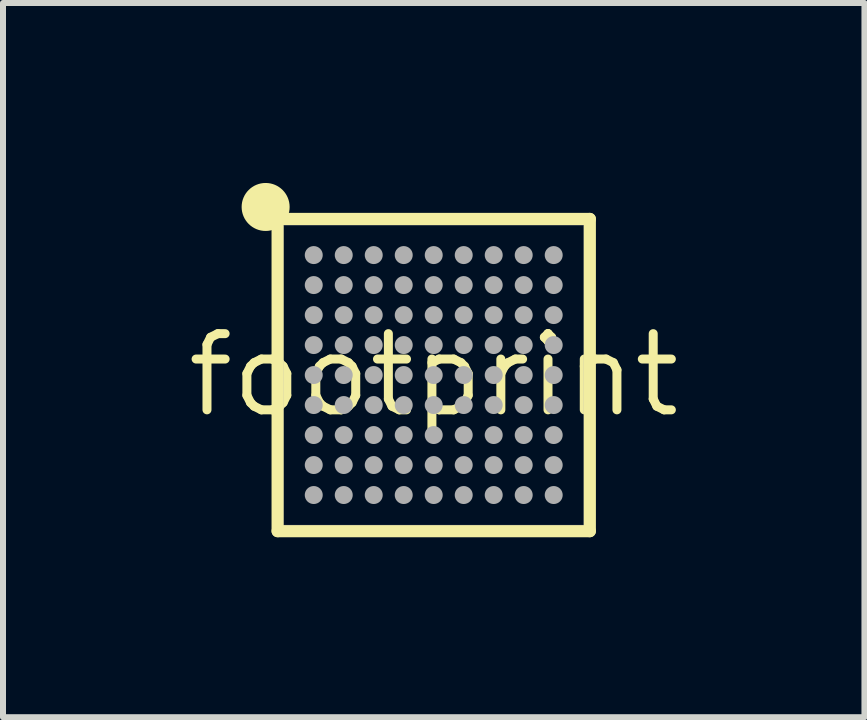
<source format=kicad_pcb>
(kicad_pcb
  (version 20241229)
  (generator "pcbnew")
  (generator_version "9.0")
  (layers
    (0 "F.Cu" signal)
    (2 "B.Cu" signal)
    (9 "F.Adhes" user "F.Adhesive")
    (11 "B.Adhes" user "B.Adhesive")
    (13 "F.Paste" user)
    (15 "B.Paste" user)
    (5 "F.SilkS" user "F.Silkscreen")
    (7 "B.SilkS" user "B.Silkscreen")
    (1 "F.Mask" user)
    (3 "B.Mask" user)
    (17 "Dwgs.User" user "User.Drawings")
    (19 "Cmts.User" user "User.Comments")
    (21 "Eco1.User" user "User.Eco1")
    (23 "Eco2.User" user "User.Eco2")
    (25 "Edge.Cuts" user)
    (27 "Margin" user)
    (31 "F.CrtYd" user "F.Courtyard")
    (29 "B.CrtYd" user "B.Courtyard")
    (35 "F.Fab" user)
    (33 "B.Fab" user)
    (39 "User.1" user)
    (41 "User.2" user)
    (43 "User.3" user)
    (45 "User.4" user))
  (footprint "footprint"
    (layer "F.Cu")
    (at 4.18 3.202)
    (property "Reference" "footprint" (at 0 0 0) (layer "F.SilkS") (effects (font (size 1.27 1.27) (thickness 0.15))))
    (fp_line (start -2.602 -2.602) (end 2.602 -2.602) (stroke (width 0.203) (type solid)) (layer "F.SilkS"))
    (fp_line (start -2.602 2.602) (end -2.602 -2.602) (stroke (width 0.203) (type solid)) (layer "F.SilkS"))
    (fp_line (start 2.602 -2.602) (end 2.602 2.602) (stroke (width 0.203) (type solid)) (layer "F.SilkS"))
    (fp_line (start 2.602 2.602) (end -2.602 2.602) (stroke (width 0.203) (type solid)) (layer "F.SilkS"))
    (fp_circle (center -2.802 -2.802) (end -2.602 -2.802) (stroke (width 0.4) (type solid)) (fill yes) (layer "F.SilkS"))
    (fp_line (start -2.5 -2.5) (end 2.5 -2.5) (stroke (width 0.003) (type solid)) (layer "F.Fab"))
    (fp_line (start -2.5 2.5) (end -2.5 -2.5) (stroke (width 0.003) (type solid)) (layer "F.Fab"))
    (fp_line (start 2.5 -2.5) (end 2.5 2.5) (stroke (width 0.003) (type solid)) (layer "F.Fab"))
    (fp_line (start 2.5 2.5) (end -2.5 2.5) (stroke (width 0.003) (type solid)) (layer "F.Fab"))
    (fp_circle (center -2 -2) (end -1.925 -2) (stroke (width 0.15) (type solid)) (fill no) (layer "F.Fab"))
    (fp_circle (center -2 -1.5) (end -1.925 -1.5) (stroke (width 0.15) (type solid)) (fill no) (layer "F.Fab"))
    (fp_circle (center -2 -1) (end -1.925 -1) (stroke (width 0.15) (type solid)) (fill no) (layer "F.Fab"))
    (fp_circle (center -2 -0.5) (end -1.925 -0.5) (stroke (width 0.15) (type solid)) (fill no) (layer "F.Fab"))
    (fp_circle (center -2 0) (end -1.925 0) (stroke (width 0.15) (type solid)) (fill no) (layer "F.Fab"))
    (fp_circle (center -2 0.5) (end -1.925 0.5) (stroke (width 0.15) (type solid)) (fill no) (layer "F.Fab"))
    (fp_circle (center -2 1) (end -1.925 1) (stroke (width 0.15) (type solid)) (fill no) (layer "F.Fab"))
    (fp_circle (center -2 1.5) (end -1.925 1.5) (stroke (width 0.15) (type solid)) (fill no) (layer "F.Fab"))
    (fp_circle (center -2 2) (end -1.925 2) (stroke (width 0.15) (type solid)) (fill no) (layer "F.Fab"))
    (fp_circle (center -1.5 -2) (end -1.425 -2) (stroke (width 0.15) (type solid)) (fill no) (layer "F.Fab"))
    (fp_circle (center -1.5 -1.5) (end -1.425 -1.5) (stroke (width 0.15) (type solid)) (fill no) (layer "F.Fab"))
    (fp_circle (center -1.5 -1) (end -1.425 -1) (stroke (width 0.15) (type solid)) (fill no) (layer "F.Fab"))
    (fp_circle (center -1.5 -0.5) (end -1.425 -0.5) (stroke (width 0.15) (type solid)) (fill no) (layer "F.Fab"))
    (fp_circle (center -1.5 0) (end -1.425 0) (stroke (width 0.15) (type solid)) (fill no) (layer "F.Fab"))
    (fp_circle (center -1.5 0.5) (end -1.425 0.5) (stroke (width 0.15) (type solid)) (fill no) (layer "F.Fab"))
    (fp_circle (center -1.5 1) (end -1.425 1) (stroke (width 0.15) (type solid)) (fill no) (layer "F.Fab"))
    (fp_circle (center -1.5 1.5) (end -1.425 1.5) (stroke (width 0.15) (type solid)) (fill no) (layer "F.Fab"))
    (fp_circle (center -1.5 2) (end -1.425 2) (stroke (width 0.15) (type solid)) (fill no) (layer "F.Fab"))
    (fp_circle (center -1 -2) (end -0.925 -2) (stroke (width 0.15) (type solid)) (fill no) (layer "F.Fab"))
    (fp_circle (center -1 -1.5) (end -0.925 -1.5) (stroke (width 0.15) (type solid)) (fill no) (layer "F.Fab"))
    (fp_circle (center -1 -1) (end -0.925 -1) (stroke (width 0.15) (type solid)) (fill no) (layer "F.Fab"))
    (fp_circle (center -1 -0.5) (end -0.925 -0.5) (stroke (width 0.15) (type solid)) (fill no) (layer "F.Fab"))
    (fp_circle (center -1 0) (end -0.925 0) (stroke (width 0.15) (type solid)) (fill no) (layer "F.Fab"))
    (fp_circle (center -1 0.5) (end -0.925 0.5) (stroke (width 0.15) (type solid)) (fill no) (layer "F.Fab"))
    (fp_circle (center -1 1) (end -0.925 1) (stroke (width 0.15) (type solid)) (fill no) (layer "F.Fab"))
    (fp_circle (center -1 1.5) (end -0.925 1.5) (stroke (width 0.15) (type solid)) (fill no) (layer "F.Fab"))
    (fp_circle (center -1 2) (end -0.925 2) (stroke (width 0.15) (type solid)) (fill no) (layer "F.Fab"))
    (fp_circle (center -0.5 -2) (end -0.425 -2) (stroke (width 0.15) (type solid)) (fill no) (layer "F.Fab"))
    (fp_circle (center -0.5 -1.5) (end -0.425 -1.5) (stroke (width 0.15) (type solid)) (fill no) (layer "F.Fab"))
    (fp_circle (center -0.5 -1) (end -0.425 -1) (stroke (width 0.15) (type solid)) (fill no) (layer "F.Fab"))
    (fp_circle (center -0.5 -0.5) (end -0.425 -0.5) (stroke (width 0.15) (type solid)) (fill no) (layer "F.Fab"))
    (fp_circle (center -0.5 0) (end -0.425 0) (stroke (width 0.15) (type solid)) (fill no) (layer "F.Fab"))
    (fp_circle (center -0.5 0.5) (end -0.425 0.5) (stroke (width 0.15) (type solid)) (fill no) (layer "F.Fab"))
    (fp_circle (center -0.5 1) (end -0.425 1) (stroke (width 0.15) (type solid)) (fill no) (layer "F.Fab"))
    (fp_circle (center -0.5 1.5) (end -0.425 1.5) (stroke (width 0.15) (type solid)) (fill no) (layer "F.Fab"))
    (fp_circle (center -0.5 2) (end -0.425 2) (stroke (width 0.15) (type solid)) (fill no) (layer "F.Fab"))
    (fp_circle (center 0 -2) (end 0.075 -2) (stroke (width 0.15) (type solid)) (fill no) (layer "F.Fab"))
    (fp_circle (center 0 -1.5) (end 0.075 -1.5) (stroke (width 0.15) (type solid)) (fill no) (layer "F.Fab"))
    (fp_circle (center 0 -1) (end 0.075 -1) (stroke (width 0.15) (type solid)) (fill no) (layer "F.Fab"))
    (fp_circle (center 0 -0.5) (end 0.075 -0.5) (stroke (width 0.15) (type solid)) (fill no) (layer "F.Fab"))
    (fp_circle (center 0 0) (end 0.075 0) (stroke (width 0.15) (type solid)) (fill no) (layer "F.Fab"))
    (fp_circle (center 0 0.5) (end 0.075 0.5) (stroke (width 0.15) (type solid)) (fill no) (layer "F.Fab"))
    (fp_circle (center 0 1) (end 0.075 1) (stroke (width 0.15) (type solid)) (fill no) (layer "F.Fab"))
    (fp_circle (center 0 1.5) (end 0.075 1.5) (stroke (width 0.15) (type solid)) (fill no) (layer "F.Fab"))
    (fp_circle (center 0 2) (end 0.075 2) (stroke (width 0.15) (type solid)) (fill no) (layer "F.Fab"))
    (fp_circle (center 0.5 -2) (end 0.575 -2) (stroke (width 0.15) (type solid)) (fill no) (layer "F.Fab"))
    (fp_circle (center 0.5 -1.5) (end 0.575 -1.5) (stroke (width 0.15) (type solid)) (fill no) (layer "F.Fab"))
    (fp_circle (center 0.5 -1) (end 0.575 -1) (stroke (width 0.15) (type solid)) (fill no) (layer "F.Fab"))
    (fp_circle (center 0.5 -0.5) (end 0.575 -0.5) (stroke (width 0.15) (type solid)) (fill no) (layer "F.Fab"))
    (fp_circle (center 0.5 0) (end 0.575 0) (stroke (width 0.15) (type solid)) (fill no) (layer "F.Fab"))
    (fp_circle (center 0.5 0.5) (end 0.575 0.5) (stroke (width 0.15) (type solid)) (fill no) (layer "F.Fab"))
    (fp_circle (center 0.5 1) (end 0.575 1) (stroke (width 0.15) (type solid)) (fill no) (layer "F.Fab"))
    (fp_circle (center 0.5 1.5) (end 0.575 1.5) (stroke (width 0.15) (type solid)) (fill no) (layer "F.Fab"))
    (fp_circle (center 0.5 2) (end 0.575 2) (stroke (width 0.15) (type solid)) (fill no) (layer "F.Fab"))
    (fp_circle (center 1 -2) (end 1.075 -2) (stroke (width 0.15) (type solid)) (fill no) (layer "F.Fab"))
    (fp_circle (center 1 -1.5) (end 1.075 -1.5) (stroke (width 0.15) (type solid)) (fill no) (layer "F.Fab"))
    (fp_circle (center 1 -1) (end 1.075 -1) (stroke (width 0.15) (type solid)) (fill no) (layer "F.Fab"))
    (fp_circle (center 1 -0.5) (end 1.075 -0.5) (stroke (width 0.15) (type solid)) (fill no) (layer "F.Fab"))
    (fp_circle (center 1 0) (end 1.075 0) (stroke (width 0.15) (type solid)) (fill no) (layer "F.Fab"))
    (fp_circle (center 1 0.5) (end 1.075 0.5) (stroke (width 0.15) (type solid)) (fill no) (layer "F.Fab"))
    (fp_circle (center 1 1) (end 1.075 1) (stroke (width 0.15) (type solid)) (fill no) (layer "F.Fab"))
    (fp_circle (center 1 1.5) (end 1.075 1.5) (stroke (width 0.15) (type solid)) (fill no) (layer "F.Fab"))
    (fp_circle (center 1 2) (end 1.075 2) (stroke (width 0.15) (type solid)) (fill no) (layer "F.Fab"))
    (fp_circle (center 1.5 -2) (end 1.575 -2) (stroke (width 0.15) (type solid)) (fill no) (layer "F.Fab"))
    (fp_circle (center 1.5 -1.5) (end 1.575 -1.5) (stroke (width 0.15) (type solid)) (fill no) (layer "F.Fab"))
    (fp_circle (center 1.5 -1) (end 1.575 -1) (stroke (width 0.15) (type solid)) (fill no) (layer "F.Fab"))
    (fp_circle (center 1.5 -0.5) (end 1.575 -0.5) (stroke (width 0.15) (type solid)) (fill no) (layer "F.Fab"))
    (fp_circle (center 1.5 0) (end 1.575 0) (stroke (width 0.15) (type solid)) (fill no) (layer "F.Fab"))
    (fp_circle (center 1.5 0.5) (end 1.575 0.5) (stroke (width 0.15) (type solid)) (fill no) (layer "F.Fab"))
    (fp_circle (center 1.5 1) (end 1.575 1) (stroke (width 0.15) (type solid)) (fill no) (layer "F.Fab"))
    (fp_circle (center 1.5 1.5) (end 1.575 1.5) (stroke (width 0.15) (type solid)) (fill no) (layer "F.Fab"))
    (fp_circle (center 1.5 2) (end 1.575 2) (stroke (width 0.15) (type solid)) (fill no) (layer "F.Fab"))
    (fp_circle (center 2 -2) (end 2.075 -2) (stroke (width 0.15) (type solid)) (fill no) (layer "F.Fab"))
    (fp_circle (center 2 -1.5) (end 2.075 -1.5) (stroke (width 0.15) (type solid)) (fill no) (layer "F.Fab"))
    (fp_circle (center 2 -1) (end 2.075 -1) (stroke (width 0.15) (type solid)) (fill no) (layer "F.Fab"))
    (fp_circle (center 2 -0.5) (end 2.075 -0.5) (stroke (width 0.15) (type solid)) (fill no) (layer "F.Fab"))
    (fp_circle (center 2 0) (end 2.075 0) (stroke (width 0.15) (type solid)) (fill no) (layer "F.Fab"))
    (fp_circle (center 2 0.5) (end 2.075 0.5) (stroke (width 0.15) (type solid)) (fill no) (layer "F.Fab"))
    (fp_circle (center 2 1) (end 2.075 1) (stroke (width 0.15) (type solid)) (fill no) (layer "F.Fab"))
    (fp_circle (center 2 1.5) (end 2.075 1.5) (stroke (width 0.15) (type solid)) (fill no) (layer "F.Fab"))
    (fp_circle (center 2 2) (end 2.075 2) (stroke (width 0.15) (type solid)) (fill no) (layer "F.Fab"))
    (pad "A1" smd roundrect (at -2 -2) (size 0.254 0.254) (layers "F.Cu" "F.Mask" "F.Paste") (roundrect_rratio 0.5))
    (pad "A2" smd roundrect (at -1.5 -2) (size 0.254 0.254) (layers "F.Cu" "F.Mask" "F.Paste") (roundrect_rratio 0.5))
    (pad "A3" smd roundrect (at -1 -2) (size 0.254 0.254) (layers "F.Cu" "F.Mask" "F.Paste") (roundrect_rratio 0.5))
    (pad "A4" smd roundrect (at -0.5 -2) (size 0.254 0.254) (layers "F.Cu" "F.Mask" "F.Paste") (roundrect_rratio 0.5))
    (pad "A5" smd roundrect (at 0 -2) (size 0.254 0.254) (layers "F.Cu" "F.Mask" "F.Paste") (roundrect_rratio 0.5))
    (pad "A6" smd roundrect (at 0.5 -2) (size 0.254 0.254) (layers "F.Cu" "F.Mask" "F.Paste") (roundrect_rratio 0.5))
    (pad "A7" smd roundrect (at 1 -2) (size 0.254 0.254) (layers "F.Cu" "F.Mask" "F.Paste") (roundrect_rratio 0.5))
    (pad "A8" smd roundrect (at 1.5 -2) (size 0.254 0.254) (layers "F.Cu" "F.Mask" "F.Paste") (roundrect_rratio 0.5))
    (pad "A9" smd roundrect (at 2 -2) (size 0.254 0.254) (layers "F.Cu" "F.Mask" "F.Paste") (roundrect_rratio 0.5))
    (pad "B1" smd roundrect (at -2 -1.5) (size 0.254 0.254) (layers "F.Cu" "F.Mask" "F.Paste") (roundrect_rratio 0.5))
    (pad "B2" smd roundrect (at -1.5 -1.5) (size 0.254 0.254) (layers "F.Cu" "F.Mask" "F.Paste") (roundrect_rratio 0.5))
    (pad "B3" smd roundrect (at -1 -1.5) (size 0.254 0.254) (layers "F.Cu" "F.Mask" "F.Paste") (roundrect_rratio 0.5))
    (pad "B4" smd roundrect (at -0.5 -1.5) (size 0.254 0.254) (layers "F.Cu" "F.Mask" "F.Paste") (roundrect_rratio 0.5))
    (pad "B5" smd roundrect (at 0 -1.5) (size 0.254 0.254) (layers "F.Cu" "F.Mask" "F.Paste") (roundrect_rratio 0.5))
    (pad "B6" smd roundrect (at 0.5 -1.5) (size 0.254 0.254) (layers "F.Cu" "F.Mask" "F.Paste") (roundrect_rratio 0.5))
    (pad "B7" smd roundrect (at 1 -1.5) (size 0.254 0.254) (layers "F.Cu" "F.Mask" "F.Paste") (roundrect_rratio 0.5))
    (pad "B8" smd roundrect (at 1.5 -1.5) (size 0.254 0.254) (layers "F.Cu" "F.Mask" "F.Paste") (roundrect_rratio 0.5))
    (pad "B9" smd roundrect (at 2 -1.5) (size 0.254 0.254) (layers "F.Cu" "F.Mask" "F.Paste") (roundrect_rratio 0.5))
    (pad "C1" smd roundrect (at -2 -1) (size 0.254 0.254) (layers "F.Cu" "F.Mask" "F.Paste") (roundrect_rratio 0.5))
    (pad "C2" smd roundrect (at -1.5 -1) (size 0.254 0.254) (layers "F.Cu" "F.Mask" "F.Paste") (roundrect_rratio 0.5))
    (pad "C3" smd roundrect (at -1 -1) (size 0.254 0.254) (layers "F.Cu" "F.Mask" "F.Paste") (roundrect_rratio 0.5))
    (pad "C4" smd roundrect (at -0.5 -1) (size 0.254 0.254) (layers "F.Cu" "F.Mask" "F.Paste") (roundrect_rratio 0.5))
    (pad "C5" smd roundrect (at 0 -1) (size 0.254 0.254) (layers "F.Cu" "F.Mask" "F.Paste") (roundrect_rratio 0.5))
    (pad "C6" smd roundrect (at 0.5 -1) (size 0.254 0.254) (layers "F.Cu" "F.Mask" "F.Paste") (roundrect_rratio 0.5))
    (pad "C7" smd roundrect (at 1 -1) (size 0.254 0.254) (layers "F.Cu" "F.Mask" "F.Paste") (roundrect_rratio 0.5))
    (pad "C8" smd roundrect (at 1.5 -1) (size 0.254 0.254) (layers "F.Cu" "F.Mask" "F.Paste") (roundrect_rratio 0.5))
    (pad "C9" smd roundrect (at 2 -1) (size 0.254 0.254) (layers "F.Cu" "F.Mask" "F.Paste") (roundrect_rratio 0.5))
    (pad "D1" smd roundrect (at -2 -0.5) (size 0.254 0.254) (layers "F.Cu" "F.Mask" "F.Paste") (roundrect_rratio 0.5))
    (pad "D2" smd roundrect (at -1.5 -0.5) (size 0.254 0.254) (layers "F.Cu" "F.Mask" "F.Paste") (roundrect_rratio 0.5))
    (pad "D3" smd roundrect (at -1 -0.5) (size 0.254 0.254) (layers "F.Cu" "F.Mask" "F.Paste") (roundrect_rratio 0.5))
    (pad "D4" smd roundrect (at -0.5 -0.5) (size 0.254 0.254) (layers "F.Cu" "F.Mask" "F.Paste") (roundrect_rratio 0.5))
    (pad "D5" smd roundrect (at 0 -0.5) (size 0.254 0.254) (layers "F.Cu" "F.Mask" "F.Paste") (roundrect_rratio 0.5))
    (pad "D6" smd roundrect (at 0.5 -0.5) (size 0.254 0.254) (layers "F.Cu" "F.Mask" "F.Paste") (roundrect_rratio 0.5))
    (pad "D7" smd roundrect (at 1 -0.5) (size 0.254 0.254) (layers "F.Cu" "F.Mask" "F.Paste") (roundrect_rratio 0.5))
    (pad "D8" smd roundrect (at 1.5 -0.5) (size 0.254 0.254) (layers "F.Cu" "F.Mask" "F.Paste") (roundrect_rratio 0.5))
    (pad "D9" smd roundrect (at 2 -0.5) (size 0.254 0.254) (layers "F.Cu" "F.Mask" "F.Paste") (roundrect_rratio 0.5))
    (pad "E1" smd roundrect (at -2 0) (size 0.254 0.254) (layers "F.Cu" "F.Mask" "F.Paste") (roundrect_rratio 0.5))
    (pad "E2" smd roundrect (at -1.5 0) (size 0.254 0.254) (layers "F.Cu" "F.Mask" "F.Paste") (roundrect_rratio 0.5))
    (pad "E3" smd roundrect (at -1 0) (size 0.254 0.254) (layers "F.Cu" "F.Mask" "F.Paste") (roundrect_rratio 0.5))
    (pad "E4" smd roundrect (at -0.5 0) (size 0.254 0.254) (layers "F.Cu" "F.Mask" "F.Paste") (roundrect_rratio 0.5))
    (pad "E5" smd roundrect (at 0 0) (size 0.254 0.254) (layers "F.Cu" "F.Mask" "F.Paste") (roundrect_rratio 0.5))
    (pad "E6" smd roundrect (at 0.5 0) (size 0.254 0.254) (layers "F.Cu" "F.Mask" "F.Paste") (roundrect_rratio 0.5))
    (pad "E7" smd roundrect (at 1 0) (size 0.254 0.254) (layers "F.Cu" "F.Mask" "F.Paste") (roundrect_rratio 0.5))
    (pad "E8" smd roundrect (at 1.5 0) (size 0.254 0.254) (layers "F.Cu" "F.Mask" "F.Paste") (roundrect_rratio 0.5))
    (pad "E9" smd roundrect (at 2 0) (size 0.254 0.254) (layers "F.Cu" "F.Mask" "F.Paste") (roundrect_rratio 0.5))
    (pad "F1" smd roundrect (at -2 0.5) (size 0.254 0.254) (layers "F.Cu" "F.Mask" "F.Paste") (roundrect_rratio 0.5))
    (pad "F2" smd roundrect (at -1.5 0.5) (size 0.254 0.254) (layers "F.Cu" "F.Mask" "F.Paste") (roundrect_rratio 0.5))
    (pad "F3" smd roundrect (at -1 0.5) (size 0.254 0.254) (layers "F.Cu" "F.Mask" "F.Paste") (roundrect_rratio 0.5))
    (pad "F4" smd roundrect (at -0.5 0.5) (size 0.254 0.254) (layers "F.Cu" "F.Mask" "F.Paste") (roundrect_rratio 0.5))
    (pad "F5" smd roundrect (at 0 0.5) (size 0.254 0.254) (layers "F.Cu" "F.Mask" "F.Paste") (roundrect_rratio 0.5))
    (pad "F6" smd roundrect (at 0.5 0.5) (size 0.254 0.254) (layers "F.Cu" "F.Mask" "F.Paste") (roundrect_rratio 0.5))
    (pad "F7" smd roundrect (at 1 0.5) (size 0.254 0.254) (layers "F.Cu" "F.Mask" "F.Paste") (roundrect_rratio 0.5))
    (pad "F8" smd roundrect (at 1.5 0.5) (size 0.254 0.254) (layers "F.Cu" "F.Mask" "F.Paste") (roundrect_rratio 0.5))
    (pad "F9" smd roundrect (at 2 0.5) (size 0.254 0.254) (layers "F.Cu" "F.Mask" "F.Paste") (roundrect_rratio 0.5))
    (pad "G1" smd roundrect (at -2 1) (size 0.254 0.254) (layers "F.Cu" "F.Mask" "F.Paste") (roundrect_rratio 0.5))
    (pad "G2" smd roundrect (at -1.5 1) (size 0.254 0.254) (layers "F.Cu" "F.Mask" "F.Paste") (roundrect_rratio 0.5))
    (pad "G3" smd roundrect (at -1 1) (size 0.254 0.254) (layers "F.Cu" "F.Mask" "F.Paste") (roundrect_rratio 0.5))
    (pad "G4" smd roundrect (at -0.5 1) (size 0.254 0.254) (layers "F.Cu" "F.Mask" "F.Paste") (roundrect_rratio 0.5))
    (pad "G5" smd roundrect (at 0 1) (size 0.254 0.254) (layers "F.Cu" "F.Mask" "F.Paste") (roundrect_rratio 0.5))
    (pad "G6" smd roundrect (at 0.5 1) (size 0.254 0.254) (layers "F.Cu" "F.Mask" "F.Paste") (roundrect_rratio 0.5))
    (pad "G7" smd roundrect (at 1 1) (size 0.254 0.254) (layers "F.Cu" "F.Mask" "F.Paste") (roundrect_rratio 0.5))
    (pad "G8" smd roundrect (at 1.5 1) (size 0.254 0.254) (layers "F.Cu" "F.Mask" "F.Paste") (roundrect_rratio 0.5))
    (pad "G9" smd roundrect (at 2 1) (size 0.254 0.254) (layers "F.Cu" "F.Mask" "F.Paste") (roundrect_rratio 0.5))
    (pad "H1" smd roundrect (at -2 1.5) (size 0.254 0.254) (layers "F.Cu" "F.Mask" "F.Paste") (roundrect_rratio 0.5))
    (pad "H2" smd roundrect (at -1.5 1.5) (size 0.254 0.254) (layers "F.Cu" "F.Mask" "F.Paste") (roundrect_rratio 0.5))
    (pad "H3" smd roundrect (at -1 1.5) (size 0.254 0.254) (layers "F.Cu" "F.Mask" "F.Paste") (roundrect_rratio 0.5))
    (pad "H4" smd roundrect (at -0.5 1.5) (size 0.254 0.254) (layers "F.Cu" "F.Mask" "F.Paste") (roundrect_rratio 0.5))
    (pad "H5" smd roundrect (at 0 1.5) (size 0.254 0.254) (layers "F.Cu" "F.Mask" "F.Paste") (roundrect_rratio 0.5))
    (pad "H6" smd roundrect (at 0.5 1.5) (size 0.254 0.254) (layers "F.Cu" "F.Mask" "F.Paste") (roundrect_rratio 0.5))
    (pad "H7" smd roundrect (at 1 1.5) (size 0.254 0.254) (layers "F.Cu" "F.Mask" "F.Paste") (roundrect_rratio 0.5))
    (pad "H8" smd roundrect (at 1.5 1.5) (size 0.254 0.254) (layers "F.Cu" "F.Mask" "F.Paste") (roundrect_rratio 0.5))
    (pad "H9" smd roundrect (at 2 1.5) (size 0.254 0.254) (layers "F.Cu" "F.Mask" "F.Paste") (roundrect_rratio 0.5))
    (pad "J1" smd roundrect (at -2 2) (size 0.254 0.254) (layers "F.Cu" "F.Mask" "F.Paste") (roundrect_rratio 0.5))
    (pad "J2" smd roundrect (at -1.5 2) (size 0.254 0.254) (layers "F.Cu" "F.Mask" "F.Paste") (roundrect_rratio 0.5))
    (pad "J3" smd roundrect (at -1 2) (size 0.254 0.254) (layers "F.Cu" "F.Mask" "F.Paste") (roundrect_rratio 0.5))
    (pad "J4" smd roundrect (at -0.5 2) (size 0.254 0.254) (layers "F.Cu" "F.Mask" "F.Paste") (roundrect_rratio 0.5))
    (pad "J5" smd roundrect (at 0 2) (size 0.254 0.254) (layers "F.Cu" "F.Mask" "F.Paste") (roundrect_rratio 0.5))
    (pad "J6" smd roundrect (at 0.5 2) (size 0.254 0.254) (layers "F.Cu" "F.Mask" "F.Paste") (roundrect_rratio 0.5))
    (pad "J7" smd roundrect (at 1 2) (size 0.254 0.254) (layers "F.Cu" "F.Mask" "F.Paste") (roundrect_rratio 0.5))
    (pad "J8" smd roundrect (at 1.5 2) (size 0.254 0.254) (layers "F.Cu" "F.Mask" "F.Paste") (roundrect_rratio 0.5))
    (pad "J9" smd roundrect (at 2 2) (size 0.254 0.254) (layers "F.Cu" "F.Mask" "F.Paste") (roundrect_rratio 0.5)))
  (gr_rect
    (start -3 -3)
    (end 11.36 8.905)
    (stroke (width 0.1) (type default))
    (fill no)
    (layer "Edge.Cuts")))
</source>
